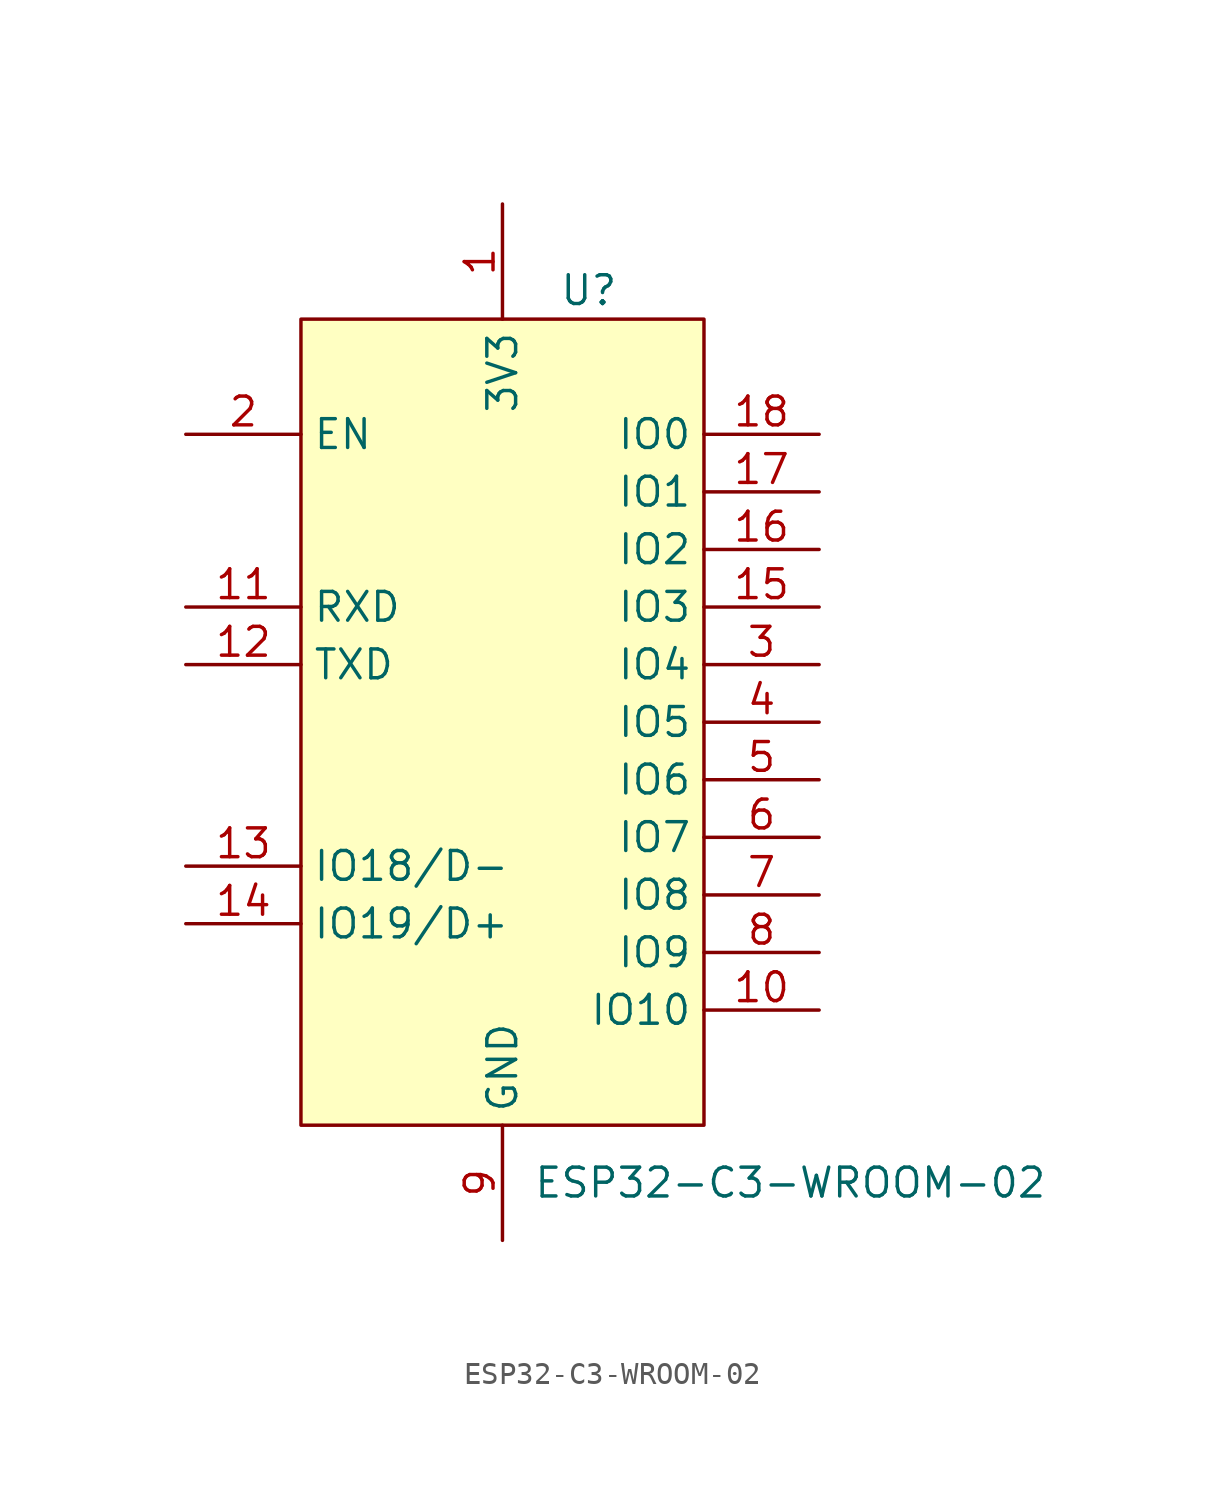
<source format=kicad_sym>
(kicad_symbol_lib
  (version 20211014)
  (generator kicad_symbol_editor)
  (symbol "ESP32-C3-WROOM-02"
    (property "Reference" "U"
      (at 3.81 19.05 0)
      (effects (font (size 1.27 1.27))))
    (property "Value" "ESP32-C3-WROOM-02"
      (at 12.7 -20.32 0)
      (effects (font (size 1.27 1.27))))
    (symbol "ESP32-C3-WROOM-02_0_1"
      (rectangle (start -8.89 17.78) (end 8.89 -17.78) (stroke (width 0.152) (type default) (color 0 0 0 0)) (fill (type background))))
    (symbol "ESP32-C3-WROOM-02_1_1"
      (pin power_in line (at 0 22.86 270) (length 5.08) (name "3V3" (effects (font (size 1.27 1.27)))) (number "1" (effects (font (size 1.27 1.27)))))
      (pin bidirectional line (at 13.97 -12.7 180) (length 5.08) (name "IO10" (effects (font (size 1.27 1.27)))) (number "10" (effects (font (size 1.27 1.27)))))
      (pin bidirectional line (at -13.97 5.08 0) (length 5.08) (name "RXD" (effects (font (size 1.27 1.27)))) (number "11" (effects (font (size 1.27 1.27)))))
      (pin bidirectional line (at -13.97 2.54 0) (length 5.08) (name "TXD" (effects (font (size 1.27 1.27)))) (number "12" (effects (font (size 1.27 1.27)))))
      (pin bidirectional line (at -13.97 -6.35 0) (length 5.08) (name "IO18/D-" (effects (font (size 1.27 1.27)))) (number "13" (effects (font (size 1.27 1.27)))))
      (pin bidirectional line (at -13.97 -8.89 0) (length 5.08) (name "IO19/D+" (effects (font (size 1.27 1.27)))) (number "14" (effects (font (size 1.27 1.27)))))
      (pin bidirectional line (at 13.97 5.08 180) (length 5.08) (name "IO3" (effects (font (size 1.27 1.27)))) (number "15" (effects (font (size 1.27 1.27)))))
      (pin bidirectional line (at 13.97 7.62 180) (length 5.08) (name "IO2" (effects (font (size 1.27 1.27)))) (number "16" (effects (font (size 1.27 1.27)))))
      (pin bidirectional line (at 13.97 10.16 180) (length 5.08) (name "IO1" (effects (font (size 1.27 1.27)))) (number "17" (effects (font (size 1.27 1.27)))))
      (pin bidirectional line (at 13.97 12.7 180) (length 5.08) (name "IO0" (effects (font (size 1.27 1.27)))) (number "18" (effects (font (size 1.27 1.27)))))
      (pin power_in line (at 0 -22.86 90) (length 5.08) hide (name "GND" (effects (font (size 1.27 1.27)))) (number "19" (effects (font (size 1.27 1.27)))))
      (pin input line (at -13.97 12.7 0) (length 5.08) (name "EN" (effects (font (size 1.27 1.27)))) (number "2" (effects (font (size 1.27 1.27)))))
      (pin bidirectional line (at 13.97 2.54 180) (length 5.08) (name "IO4" (effects (font (size 1.27 1.27)))) (number "3" (effects (font (size 1.27 1.27)))))
      (pin bidirectional line (at 13.97 0 180) (length 5.08) (name "IO5" (effects (font (size 1.27 1.27)))) (number "4" (effects (font (size 1.27 1.27)))))
      (pin bidirectional line (at 13.97 -2.54 180) (length 5.08) (name "IO6" (effects (font (size 1.27 1.27)))) (number "5" (effects (font (size 1.27 1.27)))))
      (pin bidirectional line (at 13.97 -5.08 180) (length 5.08) (name "IO7" (effects (font (size 1.27 1.27)))) (number "6" (effects (font (size 1.27 1.27)))))
      (pin bidirectional line (at 13.97 -7.62 180) (length 5.08) (name "IO8" (effects (font (size 1.27 1.27)))) (number "7" (effects (font (size 1.27 1.27)))))
      (pin bidirectional line (at 13.97 -10.16 180) (length 5.08) (name "IO9" (effects (font (size 1.27 1.27)))) (number "8" (effects (font (size 1.27 1.27)))))
      (pin power_in line (at 0 -22.86 90) (length 5.08) (name "GND" (effects (font (size 1.27 1.27)))) (number "9" (effects (font (size 1.27 1.27))))))))
</source>
